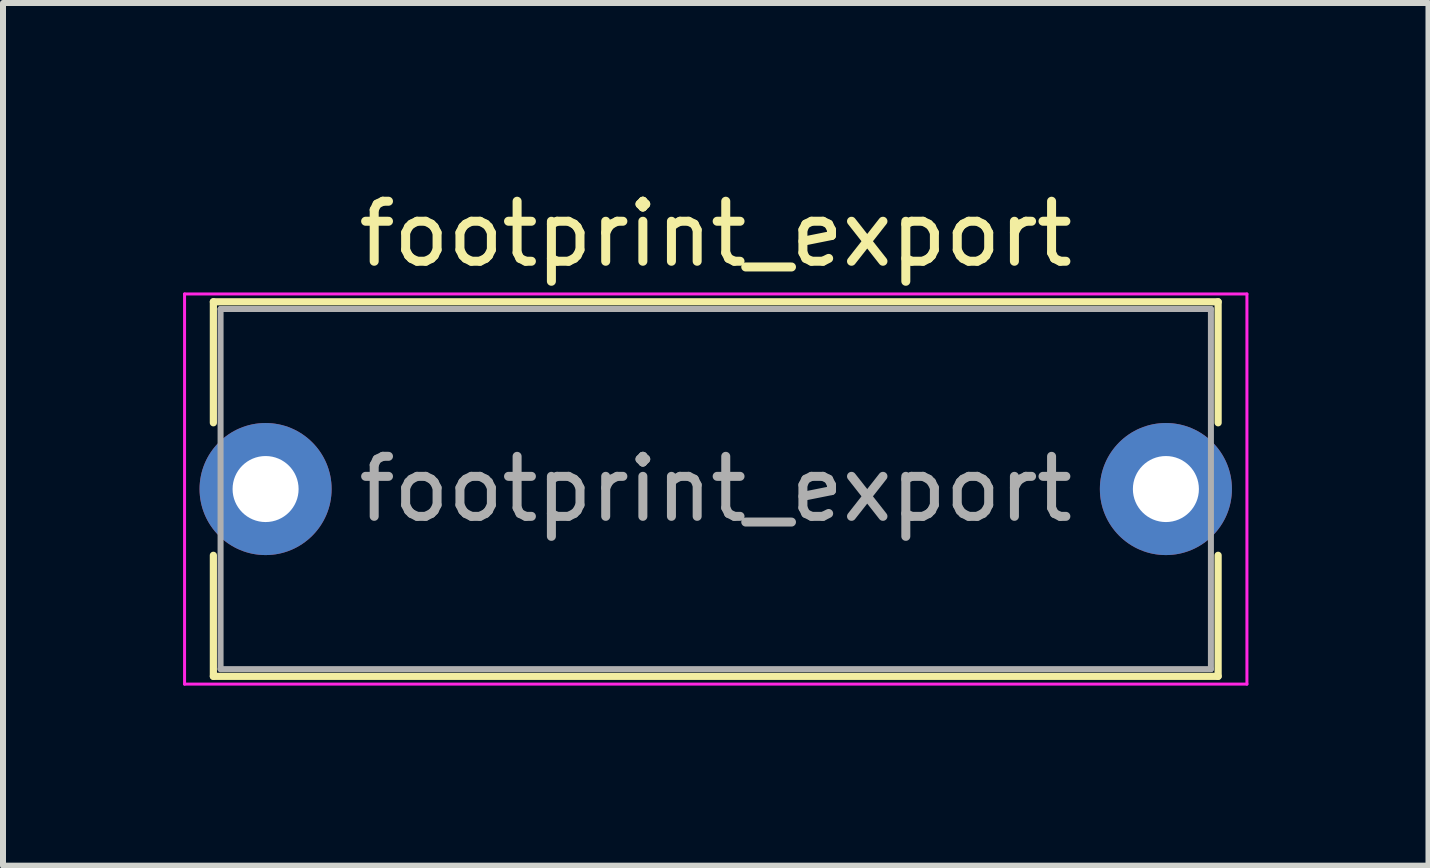
<source format=kicad_pcb>
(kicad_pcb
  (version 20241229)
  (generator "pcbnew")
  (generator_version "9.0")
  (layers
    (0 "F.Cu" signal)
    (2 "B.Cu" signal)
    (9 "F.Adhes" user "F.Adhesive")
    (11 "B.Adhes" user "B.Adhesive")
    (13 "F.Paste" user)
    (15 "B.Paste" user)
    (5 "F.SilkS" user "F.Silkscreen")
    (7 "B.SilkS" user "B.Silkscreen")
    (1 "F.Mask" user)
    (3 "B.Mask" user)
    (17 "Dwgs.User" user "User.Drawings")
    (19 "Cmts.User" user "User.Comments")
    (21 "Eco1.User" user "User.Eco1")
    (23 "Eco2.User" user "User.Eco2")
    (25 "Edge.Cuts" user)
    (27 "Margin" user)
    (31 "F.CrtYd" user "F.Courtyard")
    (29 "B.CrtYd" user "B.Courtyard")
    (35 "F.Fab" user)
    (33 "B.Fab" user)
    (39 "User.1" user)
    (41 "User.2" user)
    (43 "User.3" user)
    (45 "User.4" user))
  (footprint "footprint_export"
    (layer "F.Cu")
    (at 1.375 5.098)
    (property "Reference" "footprint_export" (at 7.5 -4.25 0) (layer "F.SilkS") (effects (font (size 1 1) (thickness 0.15))))
    (attr through_hole)
    (fp_line (start -0.87 -3.12) (end -0.87 -1.104) (stroke (width 0.12) (type solid)) (layer "F.SilkS"))
    (fp_line (start -0.87 -3.12) (end 15.87 -3.12) (stroke (width 0.12) (type solid)) (layer "F.SilkS"))
    (fp_line (start -0.87 1.104) (end -0.87 3.12) (stroke (width 0.12) (type solid)) (layer "F.SilkS"))
    (fp_line (start -0.87 3.12) (end 15.87 3.12) (stroke (width 0.12) (type solid)) (layer "F.SilkS"))
    (fp_line (start 15.87 -3.12) (end 15.87 -1.104) (stroke (width 0.12) (type solid)) (layer "F.SilkS"))
    (fp_line (start 15.87 1.104) (end 15.87 3.12) (stroke (width 0.12) (type solid)) (layer "F.SilkS"))
    (fp_line (start -1.35 -3.25) (end -1.35 3.25) (stroke (width 0.05) (type solid)) (layer "F.CrtYd"))
    (fp_line (start -1.35 3.25) (end 16.35 3.25) (stroke (width 0.05) (type solid)) (layer "F.CrtYd"))
    (fp_line (start 16.35 -3.25) (end -1.35 -3.25) (stroke (width 0.05) (type solid)) (layer "F.CrtYd"))
    (fp_line (start 16.35 3.25) (end 16.35 -3.25) (stroke (width 0.05) (type solid)) (layer "F.CrtYd"))
    (fp_line (start -0.75 -3) (end -0.75 3) (stroke (width 0.1) (type solid)) (layer "F.Fab"))
    (fp_line (start -0.75 3) (end 15.75 3) (stroke (width 0.1) (type solid)) (layer "F.Fab"))
    (fp_line (start 15.75 -3) (end -0.75 -3) (stroke (width 0.1) (type solid)) (layer "F.Fab"))
    (fp_line (start 15.75 3) (end 15.75 -3) (stroke (width 0.1) (type solid)) (layer "F.Fab"))
    (fp_text user "${REFERENCE}" (at 7.5 0 0) (layer "F.Fab") (effects (font (size 1 1) (thickness 0.15))))
    (pad "1" thru_hole circle (at 0 0) (size 2.2 2.2) (drill 1.1) (layers "*.Cu" "*.Mask"))
    (pad "2" thru_hole circle (at 15 0) (size 2.2 2.2) (drill 1.1) (layers "*.Cu" "*.Mask")))
  (gr_rect
    (start -3 -3)
    (end 20.75 11.373)
    (stroke (width 0.1) (type default))
    (fill no)
    (layer "Edge.Cuts")))
</source>
